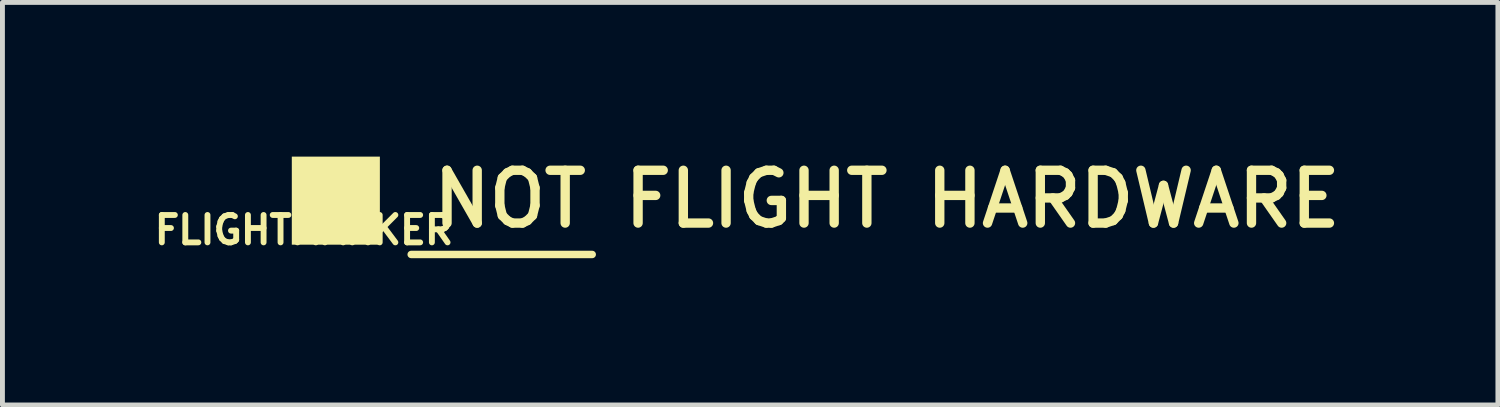
<source format=kicad_pcb>
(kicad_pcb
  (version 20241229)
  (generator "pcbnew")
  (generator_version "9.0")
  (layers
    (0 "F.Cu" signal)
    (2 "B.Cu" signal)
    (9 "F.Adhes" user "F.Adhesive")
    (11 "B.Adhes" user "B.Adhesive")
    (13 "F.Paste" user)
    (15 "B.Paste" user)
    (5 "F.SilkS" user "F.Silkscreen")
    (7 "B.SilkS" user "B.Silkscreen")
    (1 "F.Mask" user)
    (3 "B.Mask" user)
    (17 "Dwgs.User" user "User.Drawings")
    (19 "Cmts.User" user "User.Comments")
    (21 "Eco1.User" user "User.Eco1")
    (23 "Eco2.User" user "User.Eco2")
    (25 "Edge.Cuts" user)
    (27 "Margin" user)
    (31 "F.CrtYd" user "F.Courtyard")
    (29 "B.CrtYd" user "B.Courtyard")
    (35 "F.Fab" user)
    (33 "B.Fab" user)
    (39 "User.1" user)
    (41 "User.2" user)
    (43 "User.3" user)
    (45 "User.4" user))
  (footprint "FLIGHTMARKER"
    (layer "F.Cu")
    (at 3.164 1.651)
    (property "Reference" "FLIGHTMARKER" (at 0 0 0) (layer "F.SilkS") (effects (font (size 0.56 0.56) (thickness 0.12))))
    (fp_line (start 2.19 0.5) (end 5.89 0.5) (stroke (width 0.152) (type solid)) (layer "F.SilkS"))
    (fp_poly (pts (xy -0.25 0.3) (xy 1.55 0.3) (xy 1.55 -1.5) (xy -0.25 -1.5)) (stroke (width 0) (type solid)) (fill yes) (layer "F.SilkS"))
    (fp_text user "NOT FLIGHT HARDWARE" (at 2.54 0 0) (layer "F.SilkS") (effects (font (size 1.079 1.079) (thickness 0.191)) (justify left bottom))))
  (gr_rect
    (start -3 -3)
    (end 27.565 5.227)
    (stroke (width 0.1) (type default))
    (fill no)
    (layer "Edge.Cuts")))
</source>
